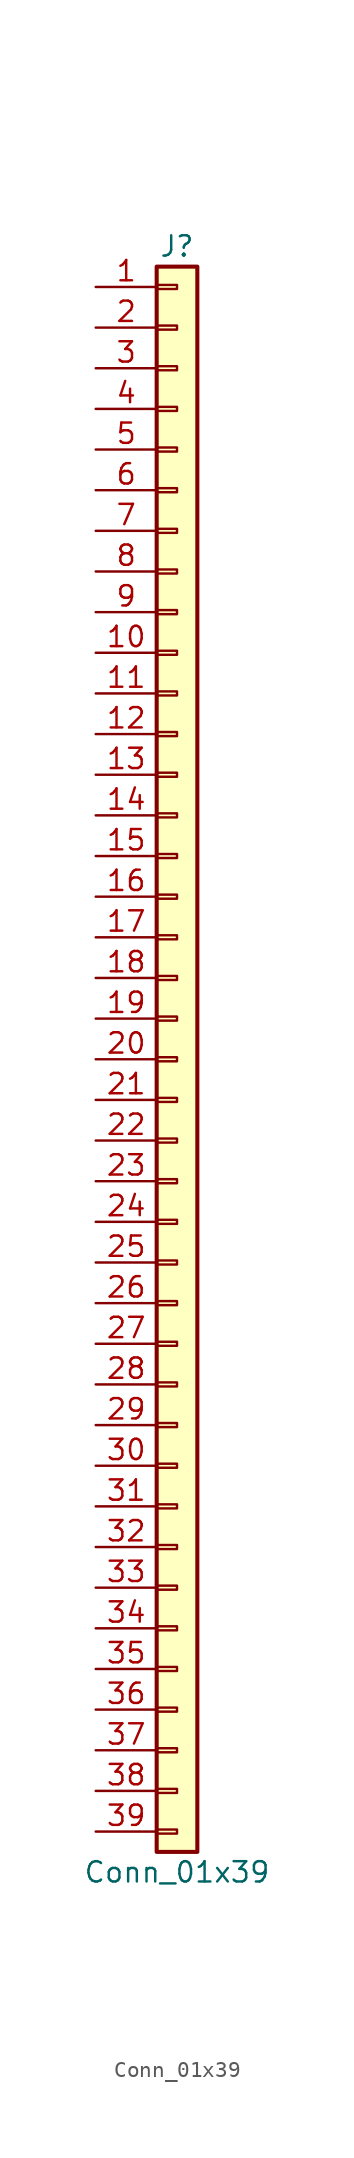
<source format=kicad_sym>
(kicad_symbol_lib
  (version 20220914)
  (generator kicad_symbol_editor)
  (symbol "Conn_01x39"
    (pin_names
      (offset 1.016) hide)
    (property "Reference" "J"
      (at 0 50.8 0)
      (effects (font (size 1.27 1.27))))
    (property "Value" "Conn_01x39"
      (at 0 -50.8 0)
      (effects (font (size 1.27 1.27))))
    (symbol "Conn_01x39_1_1"
      (rectangle (start -1.27 -48.133) (end 0 -48.387) (stroke (width 0.152) (type solid)) (fill (type none)))
      (rectangle (start -1.27 -45.593) (end 0 -45.847) (stroke (width 0.152) (type solid)) (fill (type none)))
      (rectangle (start -1.27 -43.053) (end 0 -43.307) (stroke (width 0.152) (type solid)) (fill (type none)))
      (rectangle (start -1.27 -40.513) (end 0 -40.767) (stroke (width 0.152) (type solid)) (fill (type none)))
      (rectangle (start -1.27 -37.973) (end 0 -38.227) (stroke (width 0.152) (type solid)) (fill (type none)))
      (rectangle (start -1.27 -35.433) (end 0 -35.687) (stroke (width 0.152) (type solid)) (fill (type none)))
      (rectangle (start -1.27 -32.893) (end 0 -33.147) (stroke (width 0.152) (type solid)) (fill (type none)))
      (rectangle (start -1.27 -30.353) (end 0 -30.607) (stroke (width 0.152) (type solid)) (fill (type none)))
      (rectangle (start -1.27 -27.813) (end 0 -28.067) (stroke (width 0.152) (type solid)) (fill (type none)))
      (rectangle (start -1.27 -25.273) (end 0 -25.527) (stroke (width 0.152) (type solid)) (fill (type none)))
      (rectangle (start -1.27 -22.733) (end 0 -22.987) (stroke (width 0.152) (type solid)) (fill (type none)))
      (rectangle (start -1.27 -20.193) (end 0 -20.447) (stroke (width 0.152) (type solid)) (fill (type none)))
      (rectangle (start -1.27 -17.653) (end 0 -17.907) (stroke (width 0.152) (type solid)) (fill (type none)))
      (rectangle (start -1.27 -15.113) (end 0 -15.367) (stroke (width 0.152) (type solid)) (fill (type none)))
      (rectangle (start -1.27 -12.573) (end 0 -12.827) (stroke (width 0.152) (type solid)) (fill (type none)))
      (rectangle (start -1.27 -10.033) (end 0 -10.287) (stroke (width 0.152) (type solid)) (fill (type none)))
      (rectangle (start -1.27 -7.493) (end 0 -7.747) (stroke (width 0.152) (type solid)) (fill (type none)))
      (rectangle (start -1.27 -4.953) (end 0 -5.207) (stroke (width 0.152) (type solid)) (fill (type none)))
      (rectangle (start -1.27 -2.413) (end 0 -2.667) (stroke (width 0.152) (type solid)) (fill (type none)))
      (rectangle (start -1.27 0.127) (end 0 -0.127) (stroke (width 0.152) (type solid)) (fill (type none)))
      (rectangle (start -1.27 2.667) (end 0 2.413) (stroke (width 0.152) (type solid)) (fill (type none)))
      (rectangle (start -1.27 5.207) (end 0 4.953) (stroke (width 0.152) (type solid)) (fill (type none)))
      (rectangle (start -1.27 7.747) (end 0 7.493) (stroke (width 0.152) (type solid)) (fill (type none)))
      (rectangle (start -1.27 10.287) (end 0 10.033) (stroke (width 0.152) (type solid)) (fill (type none)))
      (rectangle (start -1.27 12.827) (end 0 12.573) (stroke (width 0.152) (type solid)) (fill (type none)))
      (rectangle (start -1.27 15.367) (end 0 15.113) (stroke (width 0.152) (type solid)) (fill (type none)))
      (rectangle (start -1.27 17.907) (end 0 17.653) (stroke (width 0.152) (type solid)) (fill (type none)))
      (rectangle (start -1.27 20.447) (end 0 20.193) (stroke (width 0.152) (type solid)) (fill (type none)))
      (rectangle (start -1.27 22.987) (end 0 22.733) (stroke (width 0.152) (type solid)) (fill (type none)))
      (rectangle (start -1.27 25.527) (end 0 25.273) (stroke (width 0.152) (type solid)) (fill (type none)))
      (rectangle (start -1.27 28.067) (end 0 27.813) (stroke (width 0.152) (type solid)) (fill (type none)))
      (rectangle (start -1.27 30.607) (end 0 30.353) (stroke (width 0.152) (type solid)) (fill (type none)))
      (rectangle (start -1.27 33.147) (end 0 32.893) (stroke (width 0.152) (type solid)) (fill (type none)))
      (rectangle (start -1.27 35.687) (end 0 35.433) (stroke (width 0.152) (type solid)) (fill (type none)))
      (rectangle (start -1.27 38.227) (end 0 37.973) (stroke (width 0.152) (type solid)) (fill (type none)))
      (rectangle (start -1.27 40.767) (end 0 40.513) (stroke (width 0.152) (type solid)) (fill (type none)))
      (rectangle (start -1.27 43.307) (end 0 43.053) (stroke (width 0.152) (type solid)) (fill (type none)))
      (rectangle (start -1.27 45.847) (end 0 45.593) (stroke (width 0.152) (type solid)) (fill (type none)))
      (rectangle (start -1.27 48.387) (end 0 48.133) (stroke (width 0.152) (type solid)) (fill (type none)))
      (rectangle (start -1.27 49.53) (end 1.27 -49.53) (stroke (width 0.254) (type solid)) (fill (type background)))
      (pin passive line (at -5.08 48.26 0) (length 3.81) (name "Pin_1" (effects (font (size 1.27 1.27)))) (number "1" (effects (font (size 1.27 1.27)))))
      (pin passive line (at -5.08 25.4 0) (length 3.81) (name "Pin_10" (effects (font (size 1.27 1.27)))) (number "10" (effects (font (size 1.27 1.27)))))
      (pin passive line (at -5.08 22.86 0) (length 3.81) (name "Pin_11" (effects (font (size 1.27 1.27)))) (number "11" (effects (font (size 1.27 1.27)))))
      (pin passive line (at -5.08 20.32 0) (length 3.81) (name "Pin_12" (effects (font (size 1.27 1.27)))) (number "12" (effects (font (size 1.27 1.27)))))
      (pin passive line (at -5.08 17.78 0) (length 3.81) (name "Pin_13" (effects (font (size 1.27 1.27)))) (number "13" (effects (font (size 1.27 1.27)))))
      (pin passive line (at -5.08 15.24 0) (length 3.81) (name "Pin_14" (effects (font (size 1.27 1.27)))) (number "14" (effects (font (size 1.27 1.27)))))
      (pin passive line (at -5.08 12.7 0) (length 3.81) (name "Pin_15" (effects (font (size 1.27 1.27)))) (number "15" (effects (font (size 1.27 1.27)))))
      (pin passive line (at -5.08 10.16 0) (length 3.81) (name "Pin_16" (effects (font (size 1.27 1.27)))) (number "16" (effects (font (size 1.27 1.27)))))
      (pin passive line (at -5.08 7.62 0) (length 3.81) (name "Pin_17" (effects (font (size 1.27 1.27)))) (number "17" (effects (font (size 1.27 1.27)))))
      (pin passive line (at -5.08 5.08 0) (length 3.81) (name "Pin_18" (effects (font (size 1.27 1.27)))) (number "18" (effects (font (size 1.27 1.27)))))
      (pin passive line (at -5.08 2.54 0) (length 3.81) (name "Pin_19" (effects (font (size 1.27 1.27)))) (number "19" (effects (font (size 1.27 1.27)))))
      (pin passive line (at -5.08 45.72 0) (length 3.81) (name "Pin_2" (effects (font (size 1.27 1.27)))) (number "2" (effects (font (size 1.27 1.27)))))
      (pin passive line (at -5.08 0 0) (length 3.81) (name "Pin_20" (effects (font (size 1.27 1.27)))) (number "20" (effects (font (size 1.27 1.27)))))
      (pin passive line (at -5.08 -2.54 0) (length 3.81) (name "Pin_21" (effects (font (size 1.27 1.27)))) (number "21" (effects (font (size 1.27 1.27)))))
      (pin passive line (at -5.08 -5.08 0) (length 3.81) (name "Pin_22" (effects (font (size 1.27 1.27)))) (number "22" (effects (font (size 1.27 1.27)))))
      (pin passive line (at -5.08 -7.62 0) (length 3.81) (name "Pin_23" (effects (font (size 1.27 1.27)))) (number "23" (effects (font (size 1.27 1.27)))))
      (pin passive line (at -5.08 -10.16 0) (length 3.81) (name "Pin_24" (effects (font (size 1.27 1.27)))) (number "24" (effects (font (size 1.27 1.27)))))
      (pin passive line (at -5.08 -12.7 0) (length 3.81) (name "Pin_25" (effects (font (size 1.27 1.27)))) (number "25" (effects (font (size 1.27 1.27)))))
      (pin passive line (at -5.08 -15.24 0) (length 3.81) (name "Pin_26" (effects (font (size 1.27 1.27)))) (number "26" (effects (font (size 1.27 1.27)))))
      (pin passive line (at -5.08 -17.78 0) (length 3.81) (name "Pin_27" (effects (font (size 1.27 1.27)))) (number "27" (effects (font (size 1.27 1.27)))))
      (pin passive line (at -5.08 -20.32 0) (length 3.81) (name "Pin_28" (effects (font (size 1.27 1.27)))) (number "28" (effects (font (size 1.27 1.27)))))
      (pin passive line (at -5.08 -22.86 0) (length 3.81) (name "Pin_29" (effects (font (size 1.27 1.27)))) (number "29" (effects (font (size 1.27 1.27)))))
      (pin passive line (at -5.08 43.18 0) (length 3.81) (name "Pin_3" (effects (font (size 1.27 1.27)))) (number "3" (effects (font (size 1.27 1.27)))))
      (pin passive line (at -5.08 -25.4 0) (length 3.81) (name "Pin_30" (effects (font (size 1.27 1.27)))) (number "30" (effects (font (size 1.27 1.27)))))
      (pin passive line (at -5.08 -27.94 0) (length 3.81) (name "Pin_31" (effects (font (size 1.27 1.27)))) (number "31" (effects (font (size 1.27 1.27)))))
      (pin passive line (at -5.08 -30.48 0) (length 3.81) (name "Pin_32" (effects (font (size 1.27 1.27)))) (number "32" (effects (font (size 1.27 1.27)))))
      (pin passive line (at -5.08 -33.02 0) (length 3.81) (name "Pin_33" (effects (font (size 1.27 1.27)))) (number "33" (effects (font (size 1.27 1.27)))))
      (pin passive line (at -5.08 -35.56 0) (length 3.81) (name "Pin_34" (effects (font (size 1.27 1.27)))) (number "34" (effects (font (size 1.27 1.27)))))
      (pin passive line (at -5.08 -38.1 0) (length 3.81) (name "Pin_35" (effects (font (size 1.27 1.27)))) (number "35" (effects (font (size 1.27 1.27)))))
      (pin passive line (at -5.08 -40.64 0) (length 3.81) (name "Pin_36" (effects (font (size 1.27 1.27)))) (number "36" (effects (font (size 1.27 1.27)))))
      (pin passive line (at -5.08 -43.18 0) (length 3.81) (name "Pin_37" (effects (font (size 1.27 1.27)))) (number "37" (effects (font (size 1.27 1.27)))))
      (pin passive line (at -5.08 -45.72 0) (length 3.81) (name "Pin_38" (effects (font (size 1.27 1.27)))) (number "38" (effects (font (size 1.27 1.27)))))
      (pin passive line (at -5.08 -48.26 0) (length 3.81) (name "Pin_39" (effects (font (size 1.27 1.27)))) (number "39" (effects (font (size 1.27 1.27)))))
      (pin passive line (at -5.08 40.64 0) (length 3.81) (name "Pin_4" (effects (font (size 1.27 1.27)))) (number "4" (effects (font (size 1.27 1.27)))))
      (pin passive line (at -5.08 38.1 0) (length 3.81) (name "Pin_5" (effects (font (size 1.27 1.27)))) (number "5" (effects (font (size 1.27 1.27)))))
      (pin passive line (at -5.08 35.56 0) (length 3.81) (name "Pin_6" (effects (font (size 1.27 1.27)))) (number "6" (effects (font (size 1.27 1.27)))))
      (pin passive line (at -5.08 33.02 0) (length 3.81) (name "Pin_7" (effects (font (size 1.27 1.27)))) (number "7" (effects (font (size 1.27 1.27)))))
      (pin passive line (at -5.08 30.48 0) (length 3.81) (name "Pin_8" (effects (font (size 1.27 1.27)))) (number "8" (effects (font (size 1.27 1.27)))))
      (pin passive line (at -5.08 27.94 0) (length 3.81) (name "Pin_9" (effects (font (size 1.27 1.27)))) (number "9" (effects (font (size 1.27 1.27))))))))
</source>
